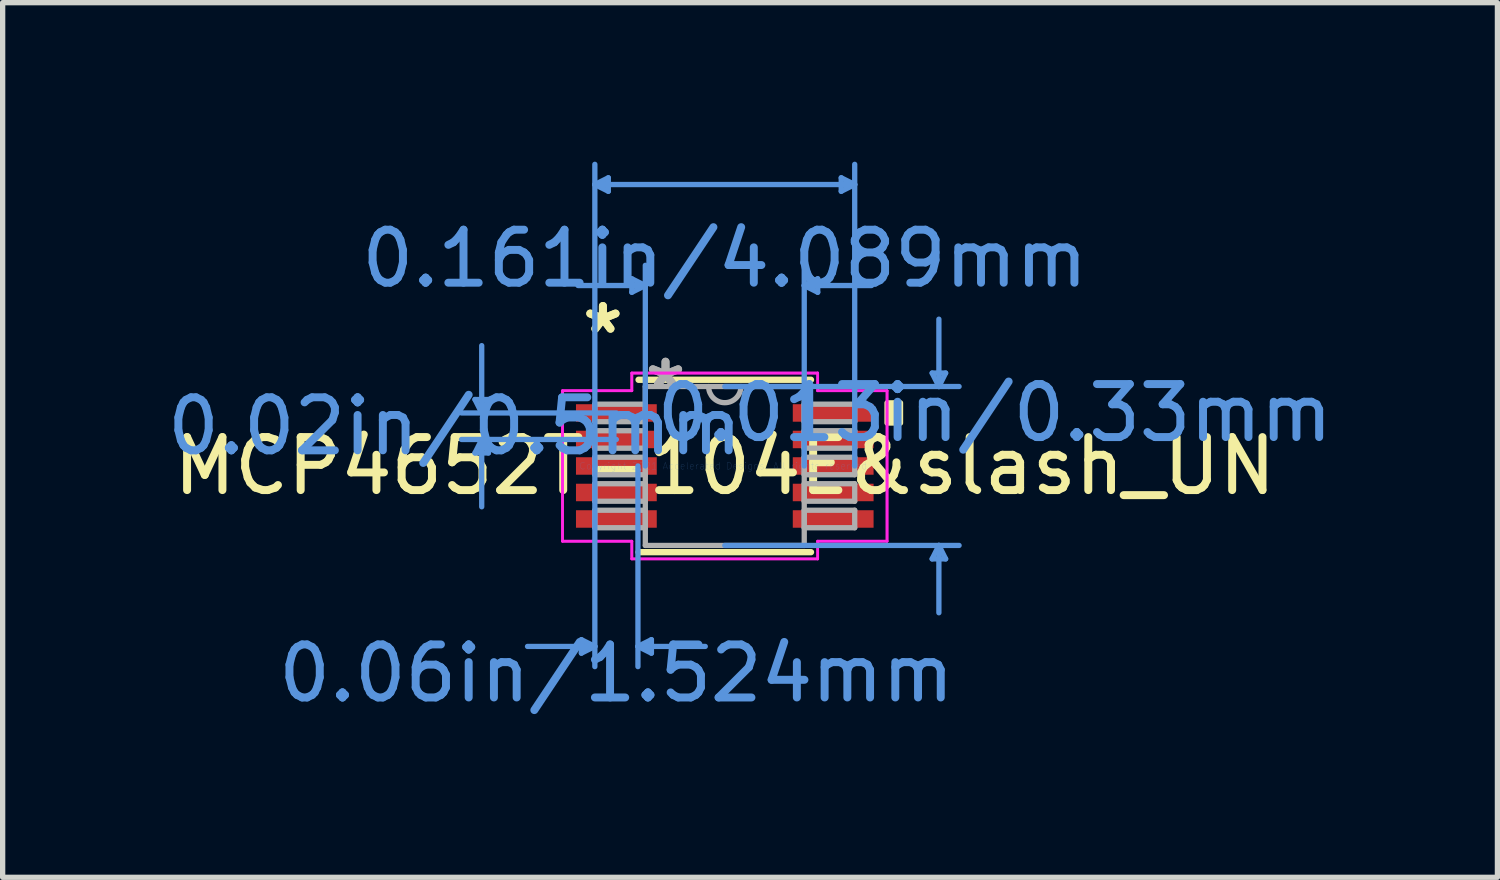
<source format=kicad_pcb>
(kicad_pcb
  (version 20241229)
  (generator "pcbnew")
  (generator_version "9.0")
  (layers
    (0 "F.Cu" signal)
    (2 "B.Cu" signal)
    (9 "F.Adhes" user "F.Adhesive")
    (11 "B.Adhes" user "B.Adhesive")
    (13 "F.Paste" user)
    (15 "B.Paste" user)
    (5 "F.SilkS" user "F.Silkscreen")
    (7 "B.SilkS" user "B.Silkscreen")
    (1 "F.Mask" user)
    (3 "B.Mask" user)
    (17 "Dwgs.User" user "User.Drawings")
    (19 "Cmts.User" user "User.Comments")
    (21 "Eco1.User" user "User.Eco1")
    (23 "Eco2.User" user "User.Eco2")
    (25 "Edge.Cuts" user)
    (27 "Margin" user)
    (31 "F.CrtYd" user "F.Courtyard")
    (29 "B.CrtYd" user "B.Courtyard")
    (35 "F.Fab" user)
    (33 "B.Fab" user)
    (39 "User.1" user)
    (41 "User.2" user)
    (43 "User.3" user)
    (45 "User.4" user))
  (footprint "MCP4652T-104E&slash_UN"
    (layer "F.Cu")
    (at 10.622 5.74)
    (property "Reference" "MCP4652T-104E&slash_UN" (at 0 0 0) (layer "F.SilkS") (effects (font (size 1 1) (thickness 0.15))))
    (attr through_hole)
    (fp_line (start -1.626 1.626) (end 1.626 1.626) (stroke (width 0.12) (type solid)) (layer "F.SilkS"))
    (fp_line (start 1.626 -1.626) (end -1.626 -1.626) (stroke (width 0.12) (type solid)) (layer "F.SilkS"))
    (fp_poly (pts (xy 3.315 -1.191) (xy 3.315 -0.81) (xy 3.061 -0.81) (xy 3.061 -1.191)) (stroke (width 0.1) (type solid)) (fill yes) (layer "F.SilkS"))
    (fp_line (start -4.712 -1.254) (end -4.458 -1.254) (stroke (width 0.1) (type solid)) (layer "Cmts.User"))
    (fp_line (start -4.712 -0.246) (end -4.458 -0.246) (stroke (width 0.1) (type solid)) (layer "Cmts.User"))
    (fp_line (start -4.585 -1) (end -4.712 -1.254) (stroke (width 0.1) (type solid)) (layer "Cmts.User"))
    (fp_line (start -4.585 -1) (end -4.585 -2.27) (stroke (width 0.1) (type solid)) (layer "Cmts.User"))
    (fp_line (start -4.585 -1) (end -4.458 -1.254) (stroke (width 0.1) (type solid)) (layer "Cmts.User"))
    (fp_line (start -4.585 -0.5) (end -4.712 -0.246) (stroke (width 0.1) (type solid)) (layer "Cmts.User"))
    (fp_line (start -4.585 -0.5) (end -4.585 0.77) (stroke (width 0.1) (type solid)) (layer "Cmts.User"))
    (fp_line (start -4.585 -0.5) (end -4.458 -0.246) (stroke (width 0.1) (type solid)) (layer "Cmts.User"))
    (fp_line (start -2.705 3.277) (end -2.705 3.531) (stroke (width 0.1) (type solid)) (layer "Cmts.User"))
    (fp_line (start -2.451 -5.309) (end -2.197 -5.436) (stroke (width 0.1) (type solid)) (layer "Cmts.User"))
    (fp_line (start -2.451 -5.309) (end -2.197 -5.182) (stroke (width 0.1) (type solid)) (layer "Cmts.User"))
    (fp_line (start -2.451 -5.309) (end 2.451 -5.309) (stroke (width 0.1) (type solid)) (layer "Cmts.User"))
    (fp_line (start -2.451 0) (end -2.451 -5.69) (stroke (width 0.1) (type solid)) (layer "Cmts.User"))
    (fp_line (start -2.451 0) (end -2.451 3.785) (stroke (width 0.1) (type solid)) (layer "Cmts.User"))
    (fp_line (start -2.451 3.404) (end -3.721 3.404) (stroke (width 0.1) (type solid)) (layer "Cmts.User"))
    (fp_line (start -2.451 3.404) (end -2.705 3.277) (stroke (width 0.1) (type solid)) (layer "Cmts.User"))
    (fp_line (start -2.451 3.404) (end -2.705 3.531) (stroke (width 0.1) (type solid)) (layer "Cmts.User"))
    (fp_line (start -2.197 -5.436) (end -2.197 -5.182) (stroke (width 0.1) (type solid)) (layer "Cmts.User"))
    (fp_line (start -2.045 -1) (end -4.966 -1) (stroke (width 0.1) (type solid)) (layer "Cmts.User"))
    (fp_line (start -2.045 -0.5) (end -4.966 -0.5) (stroke (width 0.1) (type solid)) (layer "Cmts.User"))
    (fp_line (start -1.753 -3.531) (end -1.753 -3.277) (stroke (width 0.1) (type solid)) (layer "Cmts.User"))
    (fp_line (start -1.638 0) (end -1.638 3.785) (stroke (width 0.1) (type solid)) (layer "Cmts.User"))
    (fp_line (start -1.638 3.404) (end -1.384 3.277) (stroke (width 0.1) (type solid)) (layer "Cmts.User"))
    (fp_line (start -1.638 3.404) (end -1.384 3.531) (stroke (width 0.1) (type solid)) (layer "Cmts.User"))
    (fp_line (start -1.638 3.404) (end -0.368 3.404) (stroke (width 0.1) (type solid)) (layer "Cmts.User"))
    (fp_line (start -1.499 -3.404) (end -2.769 -3.404) (stroke (width 0.1) (type solid)) (layer "Cmts.User"))
    (fp_line (start -1.499 -3.404) (end -1.753 -3.531) (stroke (width 0.1) (type solid)) (layer "Cmts.User"))
    (fp_line (start -1.499 -3.404) (end -1.753 -3.277) (stroke (width 0.1) (type solid)) (layer "Cmts.User"))
    (fp_line (start -1.499 0) (end -1.499 -3.785) (stroke (width 0.1) (type solid)) (layer "Cmts.User"))
    (fp_line (start -1.384 3.277) (end -1.384 3.531) (stroke (width 0.1) (type solid)) (layer "Cmts.User"))
    (fp_line (start 0 -1.499) (end 4.42 -1.499) (stroke (width 0.1) (type solid)) (layer "Cmts.User"))
    (fp_line (start 0 1.499) (end 4.42 1.499) (stroke (width 0.1) (type solid)) (layer "Cmts.User"))
    (fp_line (start 1.499 -3.404) (end 1.753 -3.531) (stroke (width 0.1) (type solid)) (layer "Cmts.User"))
    (fp_line (start 1.499 -3.404) (end 1.753 -3.277) (stroke (width 0.1) (type solid)) (layer "Cmts.User"))
    (fp_line (start 1.499 -3.404) (end 2.769 -3.404) (stroke (width 0.1) (type solid)) (layer "Cmts.User"))
    (fp_line (start 1.499 0) (end 1.499 -3.785) (stroke (width 0.1) (type solid)) (layer "Cmts.User"))
    (fp_line (start 1.753 -3.531) (end 1.753 -3.277) (stroke (width 0.1) (type solid)) (layer "Cmts.User"))
    (fp_line (start 2.197 -5.436) (end 2.197 -5.182) (stroke (width 0.1) (type solid)) (layer "Cmts.User"))
    (fp_line (start 2.451 -5.309) (end 2.197 -5.436) (stroke (width 0.1) (type solid)) (layer "Cmts.User"))
    (fp_line (start 2.451 -5.309) (end 2.197 -5.182) (stroke (width 0.1) (type solid)) (layer "Cmts.User"))
    (fp_line (start 2.451 0) (end 2.451 -5.69) (stroke (width 0.1) (type solid)) (layer "Cmts.User"))
    (fp_line (start 3.912 -1.753) (end 4.166 -1.753) (stroke (width 0.1) (type solid)) (layer "Cmts.User"))
    (fp_line (start 3.912 1.753) (end 4.166 1.753) (stroke (width 0.1) (type solid)) (layer "Cmts.User"))
    (fp_line (start 4.039 -1.499) (end 3.912 -1.753) (stroke (width 0.1) (type solid)) (layer "Cmts.User"))
    (fp_line (start 4.039 -1.499) (end 4.039 -2.769) (stroke (width 0.1) (type solid)) (layer "Cmts.User"))
    (fp_line (start 4.039 -1.499) (end 4.166 -1.753) (stroke (width 0.1) (type solid)) (layer "Cmts.User"))
    (fp_line (start 4.039 1.499) (end 3.912 1.753) (stroke (width 0.1) (type solid)) (layer "Cmts.User"))
    (fp_line (start 4.039 1.499) (end 4.039 2.769) (stroke (width 0.1) (type solid)) (layer "Cmts.User"))
    (fp_line (start 4.039 1.499) (end 4.166 1.753) (stroke (width 0.1) (type solid)) (layer "Cmts.User"))
    (fp_line (start -3.061 -1.419) (end -1.753 -1.419) (stroke (width 0.05) (type solid)) (layer "F.CrtYd"))
    (fp_line (start -3.061 -1.419) (end -1.753 -1.419) (stroke (width 0.05) (type solid)) (layer "F.CrtYd"))
    (fp_line (start -3.061 1.419) (end -3.061 -1.419) (stroke (width 0.05) (type solid)) (layer "F.CrtYd"))
    (fp_line (start -3.061 1.419) (end -3.061 -1.419) (stroke (width 0.05) (type solid)) (layer "F.CrtYd"))
    (fp_line (start -3.061 1.419) (end -1.753 1.419) (stroke (width 0.05) (type solid)) (layer "F.CrtYd"))
    (fp_line (start -1.753 -1.753) (end 1.753 -1.753) (stroke (width 0.05) (type solid)) (layer "F.CrtYd"))
    (fp_line (start -1.753 -1.753) (end 1.753 -1.753) (stroke (width 0.05) (type solid)) (layer "F.CrtYd"))
    (fp_line (start -1.753 -1.419) (end -1.753 -1.753) (stroke (width 0.05) (type solid)) (layer "F.CrtYd"))
    (fp_line (start -1.753 -1.419) (end -1.753 -1.753) (stroke (width 0.05) (type solid)) (layer "F.CrtYd"))
    (fp_line (start -1.753 1.419) (end -3.061 1.419) (stroke (width 0.05) (type solid)) (layer "F.CrtYd"))
    (fp_line (start -1.753 1.753) (end -1.753 1.419) (stroke (width 0.05) (type solid)) (layer "F.CrtYd"))
    (fp_line (start -1.753 1.753) (end -1.753 1.419) (stroke (width 0.05) (type solid)) (layer "F.CrtYd"))
    (fp_line (start 1.753 -1.753) (end 1.753 -1.419) (stroke (width 0.05) (type solid)) (layer "F.CrtYd"))
    (fp_line (start 1.753 -1.753) (end 1.753 -1.419) (stroke (width 0.05) (type solid)) (layer "F.CrtYd"))
    (fp_line (start 1.753 -1.419) (end 3.061 -1.419) (stroke (width 0.05) (type solid)) (layer "F.CrtYd"))
    (fp_line (start 1.753 1.419) (end 1.753 1.753) (stroke (width 0.05) (type solid)) (layer "F.CrtYd"))
    (fp_line (start 1.753 1.419) (end 1.753 1.753) (stroke (width 0.05) (type solid)) (layer "F.CrtYd"))
    (fp_line (start 1.753 1.753) (end -1.753 1.753) (stroke (width 0.05) (type solid)) (layer "F.CrtYd"))
    (fp_line (start 1.753 1.753) (end -1.753 1.753) (stroke (width 0.05) (type solid)) (layer "F.CrtYd"))
    (fp_line (start 3.061 -1.419) (end 1.753 -1.419) (stroke (width 0.05) (type solid)) (layer "F.CrtYd"))
    (fp_line (start 3.061 -1.419) (end 3.061 1.419) (stroke (width 0.05) (type solid)) (layer "F.CrtYd"))
    (fp_line (start 3.061 -1.419) (end 3.061 1.419) (stroke (width 0.05) (type solid)) (layer "F.CrtYd"))
    (fp_line (start 3.061 1.419) (end 1.753 1.419) (stroke (width 0.05) (type solid)) (layer "F.CrtYd"))
    (fp_line (start 3.061 1.419) (end 1.753 1.419) (stroke (width 0.05) (type solid)) (layer "F.CrtYd"))
    (fp_line (start -2.451 -1.165) (end -2.451 -0.835) (stroke (width 0.1) (type solid)) (layer "F.Fab"))
    (fp_line (start -2.451 -0.835) (end -1.499 -0.835) (stroke (width 0.1) (type solid)) (layer "F.Fab"))
    (fp_line (start -2.451 -0.665) (end -2.451 -0.335) (stroke (width 0.1) (type solid)) (layer "F.Fab"))
    (fp_line (start -2.451 -0.335) (end -1.499 -0.335) (stroke (width 0.1) (type solid)) (layer "F.Fab"))
    (fp_line (start -2.451 -0.165) (end -2.451 0.165) (stroke (width 0.1) (type solid)) (layer "F.Fab"))
    (fp_line (start -2.451 0.165) (end -1.499 0.165) (stroke (width 0.1) (type solid)) (layer "F.Fab"))
    (fp_line (start -2.451 0.335) (end -2.451 0.665) (stroke (width 0.1) (type solid)) (layer "F.Fab"))
    (fp_line (start -2.451 0.665) (end -1.499 0.665) (stroke (width 0.1) (type solid)) (layer "F.Fab"))
    (fp_line (start -2.451 0.835) (end -2.451 1.165) (stroke (width 0.1) (type solid)) (layer "F.Fab"))
    (fp_line (start -2.451 1.165) (end -1.499 1.165) (stroke (width 0.1) (type solid)) (layer "F.Fab"))
    (fp_line (start -1.499 -1.499) (end -1.499 1.499) (stroke (width 0.1) (type solid)) (layer "F.Fab"))
    (fp_line (start -1.499 -1.165) (end -2.451 -1.165) (stroke (width 0.1) (type solid)) (layer "F.Fab"))
    (fp_line (start -1.499 -0.835) (end -1.499 -1.165) (stroke (width 0.1) (type solid)) (layer "F.Fab"))
    (fp_line (start -1.499 -0.665) (end -2.451 -0.665) (stroke (width 0.1) (type solid)) (layer "F.Fab"))
    (fp_line (start -1.499 -0.335) (end -1.499 -0.665) (stroke (width 0.1) (type solid)) (layer "F.Fab"))
    (fp_line (start -1.499 -0.165) (end -2.451 -0.165) (stroke (width 0.1) (type solid)) (layer "F.Fab"))
    (fp_line (start -1.499 0.165) (end -1.499 -0.165) (stroke (width 0.1) (type solid)) (layer "F.Fab"))
    (fp_line (start -1.499 0.335) (end -2.451 0.335) (stroke (width 0.1) (type solid)) (layer "F.Fab"))
    (fp_line (start -1.499 0.665) (end -1.499 0.335) (stroke (width 0.1) (type solid)) (layer "F.Fab"))
    (fp_line (start -1.499 0.835) (end -2.451 0.835) (stroke (width 0.1) (type solid)) (layer "F.Fab"))
    (fp_line (start -1.499 1.165) (end -1.499 0.835) (stroke (width 0.1) (type solid)) (layer "F.Fab"))
    (fp_line (start -1.499 1.499) (end 1.499 1.499) (stroke (width 0.1) (type solid)) (layer "F.Fab"))
    (fp_line (start 1.499 -1.499) (end -1.499 -1.499) (stroke (width 0.1) (type solid)) (layer "F.Fab"))
    (fp_line (start 1.499 -1.165) (end 1.499 -0.835) (stroke (width 0.1) (type solid)) (layer "F.Fab"))
    (fp_line (start 1.499 -0.835) (end 2.451 -0.835) (stroke (width 0.1) (type solid)) (layer "F.Fab"))
    (fp_line (start 1.499 -0.665) (end 1.499 -0.335) (stroke (width 0.1) (type solid)) (layer "F.Fab"))
    (fp_line (start 1.499 -0.335) (end 2.451 -0.335) (stroke (width 0.1) (type solid)) (layer "F.Fab"))
    (fp_line (start 1.499 -0.165) (end 1.499 0.165) (stroke (width 0.1) (type solid)) (layer "F.Fab"))
    (fp_line (start 1.499 0.165) (end 2.451 0.165) (stroke (width 0.1) (type solid)) (layer "F.Fab"))
    (fp_line (start 1.499 0.335) (end 1.499 0.665) (stroke (width 0.1) (type solid)) (layer "F.Fab"))
    (fp_line (start 1.499 0.665) (end 2.451 0.665) (stroke (width 0.1) (type solid)) (layer "F.Fab"))
    (fp_line (start 1.499 0.835) (end 1.499 1.165) (stroke (width 0.1) (type solid)) (layer "F.Fab"))
    (fp_line (start 1.499 1.165) (end 2.451 1.165) (stroke (width 0.1) (type solid)) (layer "F.Fab"))
    (fp_line (start 1.499 1.499) (end 1.499 -1.499) (stroke (width 0.1) (type solid)) (layer "F.Fab"))
    (fp_line (start 2.451 -1.165) (end 1.499 -1.165) (stroke (width 0.1) (type solid)) (layer "F.Fab"))
    (fp_line (start 2.451 -0.835) (end 2.451 -1.165) (stroke (width 0.1) (type solid)) (layer "F.Fab"))
    (fp_line (start 2.451 -0.665) (end 1.499 -0.665) (stroke (width 0.1) (type solid)) (layer "F.Fab"))
    (fp_line (start 2.451 -0.335) (end 2.451 -0.665) (stroke (width 0.1) (type solid)) (layer "F.Fab"))
    (fp_line (start 2.451 -0.165) (end 1.499 -0.165) (stroke (width 0.1) (type solid)) (layer "F.Fab"))
    (fp_line (start 2.451 0.165) (end 2.451 -0.165) (stroke (width 0.1) (type solid)) (layer "F.Fab"))
    (fp_line (start 2.451 0.335) (end 1.499 0.335) (stroke (width 0.1) (type solid)) (layer "F.Fab"))
    (fp_line (start 2.451 0.665) (end 2.451 0.335) (stroke (width 0.1) (type solid)) (layer "F.Fab"))
    (fp_line (start 2.451 0.835) (end 1.499 0.835) (stroke (width 0.1) (type solid)) (layer "F.Fab"))
    (fp_line (start 2.451 1.165) (end 2.451 0.835) (stroke (width 0.1) (type solid)) (layer "F.Fab"))
    (fp_arc (start 0.3048 -1.4986) (mid 0 -1.1938) (end -0.3048 -1.4986) (stroke (width 0.1) (type solid)) (layer "F.Fab"))
    (fp_text user "*" (at -2.299 -2.473 0) (layer "F.SilkS") (effects (font (size 1 1) (thickness 0.15))))
    (fp_text user "*" (at -2.299 -2.473 0) (layer "F.SilkS") (effects (font (size 1 1) (thickness 0.15))))
    (fp_text user "0.06in/1.524mm" (at -2.045 3.912 0) (layer "Cmts.User") (effects (font (size 1 1) (thickness 0.15))))
    (fp_text user "0.02in/0.5mm" (at -5.093 -0.75 0) (layer "Cmts.User") (effects (font (size 1 1) (thickness 0.15))))
    (fp_text user "0.013in/0.33mm" (at 5.093 -1 0) (layer "Cmts.User") (effects (font (size 1 1) (thickness 0.15))))
    (fp_text user "Copyright 2021 Accelerated Designs. All rights reserved." (at 0 0 0) (layer "Cmts.User") (effects (font (size 0.127 0.127) (thickness 0.002))))
    (fp_text user "0.161in/4.089mm" (at 0 -3.912 0) (layer "Cmts.User") (effects (font (size 1 1) (thickness 0.15))))
    (fp_text user "*" (at -1.118 -1.422 0) (layer "F.Fab") (effects (font (size 1 1) (thickness 0.15))))
    (fp_text user "*" (at -1.118 -1.422 0) (layer "F.Fab") (effects (font (size 1 1) (thickness 0.15))))
    (pad "1" smd rect (at -2.045 -1) (size 1.524 0.33) (layers "F.Cu" "F.Mask" "F.Paste"))
    (pad "2" smd rect (at -2.045 -0.5) (size 1.524 0.33) (layers "F.Cu" "F.Mask" "F.Paste"))
    (pad "3" smd rect (at -2.045 0) (size 1.524 0.33) (layers "F.Cu" "F.Mask" "F.Paste"))
    (pad "4" smd rect (at -2.045 0.5) (size 1.524 0.33) (layers "F.Cu" "F.Mask" "F.Paste"))
    (pad "5" smd rect (at -2.045 1) (size 1.524 0.33) (layers "F.Cu" "F.Mask" "F.Paste"))
    (pad "6" smd rect (at 2.045 1) (size 1.524 0.33) (layers "F.Cu" "F.Mask" "F.Paste"))
    (pad "7" smd rect (at 2.045 0.5) (size 1.524 0.33) (layers "F.Cu" "F.Mask" "F.Paste"))
    (pad "8" smd rect (at 2.045 0) (size 1.524 0.33) (layers "F.Cu" "F.Mask" "F.Paste"))
    (pad "9" smd rect (at 2.045 -0.5) (size 1.524 0.33) (layers "F.Cu" "F.Mask" "F.Paste"))
    (pad "10" smd rect (at 2.045 -1) (size 1.524 0.33) (layers "F.Cu" "F.Mask" "F.Paste")))
  (gr_rect
    (start -3 -3)
    (end 25.197 13.499)
    (stroke (width 0.1) (type default))
    (fill no)
    (layer "Edge.Cuts")))
</source>
